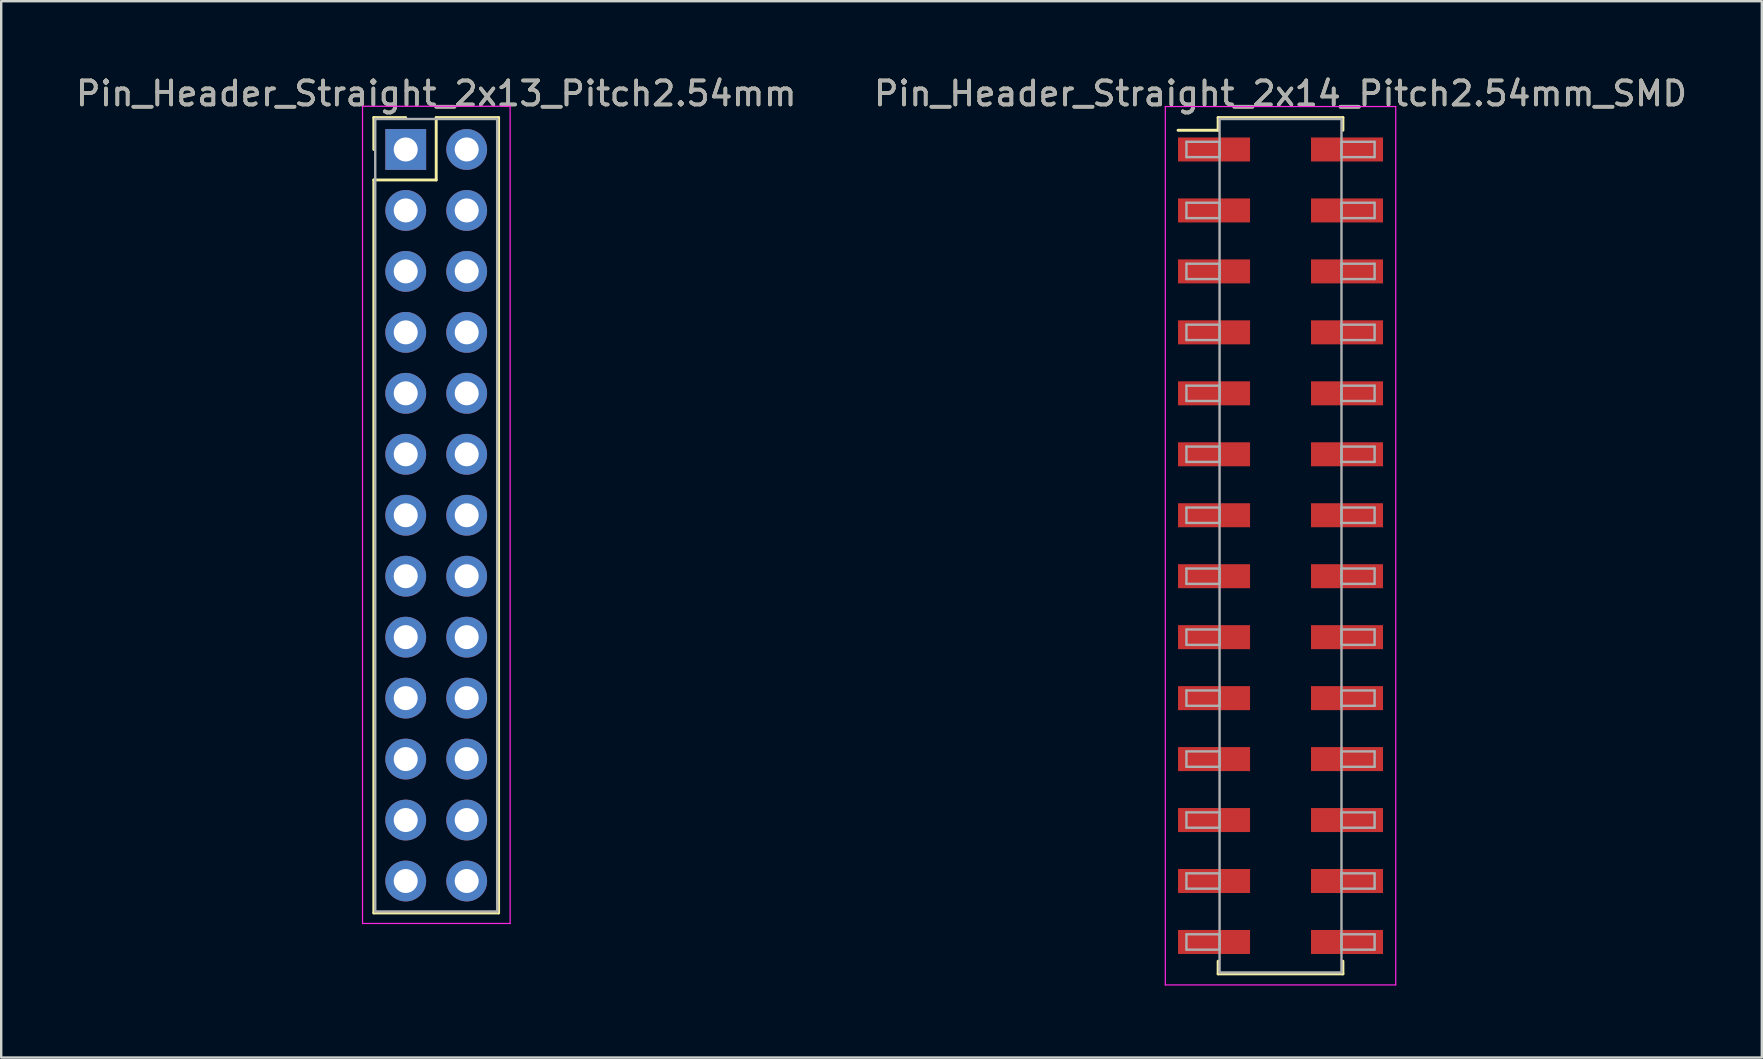
<source format=kicad_pcb>
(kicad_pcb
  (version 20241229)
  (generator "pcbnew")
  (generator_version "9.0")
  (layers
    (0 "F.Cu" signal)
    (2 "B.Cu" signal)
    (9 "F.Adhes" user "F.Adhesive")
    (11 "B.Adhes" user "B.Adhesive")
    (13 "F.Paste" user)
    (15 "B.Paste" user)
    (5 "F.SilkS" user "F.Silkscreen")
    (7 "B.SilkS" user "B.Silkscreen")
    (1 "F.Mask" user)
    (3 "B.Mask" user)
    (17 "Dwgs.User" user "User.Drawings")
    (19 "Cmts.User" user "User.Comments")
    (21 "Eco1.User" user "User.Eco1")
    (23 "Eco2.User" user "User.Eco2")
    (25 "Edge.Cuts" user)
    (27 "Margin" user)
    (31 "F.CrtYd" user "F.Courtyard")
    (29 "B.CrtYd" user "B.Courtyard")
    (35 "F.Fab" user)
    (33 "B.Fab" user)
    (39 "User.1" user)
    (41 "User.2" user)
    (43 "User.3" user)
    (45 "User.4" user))
  (footprint "Pin_Header_Straight_2x13_Pitch2.54mm"
    (layer "F.Cu")
    (at 13.855 3.178)
    (property "Reference" "Pin_Header_Straight_2x13_Pitch2.54mm" (at 1.27 -2.33 0) (layer "F.SilkS") (effects (font (size 1 1) (thickness 0.15))))
    (attr through_hole)
    (fp_line (start -1.33 -1.33) (end 0 -1.33) (stroke (width 0.12) (type solid)) (layer "F.SilkS"))
    (fp_line (start -1.33 0) (end -1.33 -1.33) (stroke (width 0.12) (type solid)) (layer "F.SilkS"))
    (fp_line (start -1.33 1.27) (end -1.33 31.81) (stroke (width 0.12) (type solid)) (layer "F.SilkS"))
    (fp_line (start -1.33 31.81) (end 3.87 31.81) (stroke (width 0.12) (type solid)) (layer "F.SilkS"))
    (fp_line (start 1.27 -1.33) (end 1.27 1.27) (stroke (width 0.12) (type solid)) (layer "F.SilkS"))
    (fp_line (start 1.27 1.27) (end -1.33 1.27) (stroke (width 0.12) (type solid)) (layer "F.SilkS"))
    (fp_line (start 3.87 -1.33) (end 1.27 -1.33) (stroke (width 0.12) (type solid)) (layer "F.SilkS"))
    (fp_line (start 3.87 31.81) (end 3.87 -1.33) (stroke (width 0.12) (type solid)) (layer "F.SilkS"))
    (fp_line (start -1.8 -1.8) (end -1.8 32.25) (stroke (width 0.05) (type solid)) (layer "F.CrtYd"))
    (fp_line (start -1.8 32.25) (end 4.35 32.25) (stroke (width 0.05) (type solid)) (layer "F.CrtYd"))
    (fp_line (start 4.35 -1.8) (end -1.8 -1.8) (stroke (width 0.05) (type solid)) (layer "F.CrtYd"))
    (fp_line (start 4.35 32.25) (end 4.35 -1.8) (stroke (width 0.05) (type solid)) (layer "F.CrtYd"))
    (fp_line (start -1.27 -1.27) (end -1.27 31.75) (stroke (width 0.1) (type solid)) (layer "F.Fab"))
    (fp_line (start -1.27 31.75) (end 3.81 31.75) (stroke (width 0.1) (type solid)) (layer "F.Fab"))
    (fp_line (start 3.81 -1.27) (end -1.27 -1.27) (stroke (width 0.1) (type solid)) (layer "F.Fab"))
    (fp_line (start 3.81 31.75) (end 3.81 -1.27) (stroke (width 0.1) (type solid)) (layer "F.Fab"))
    (fp_text user "${REFERENCE}" (at 1.27 -2.33 0) (layer "F.Fab") (effects (font (size 1 1) (thickness 0.15))))
    (pad "1" thru_hole rect (at 0 0) (size 1.7 1.7) (drill 1) (layers "*.Cu" "*.Mask"))
    (pad "2" thru_hole oval (at 2.54 0) (size 1.7 1.7) (drill 1) (layers "*.Cu" "*.Mask"))
    (pad "3" thru_hole oval (at 0 2.54) (size 1.7 1.7) (drill 1) (layers "*.Cu" "*.Mask"))
    (pad "4" thru_hole oval (at 2.54 2.54) (size 1.7 1.7) (drill 1) (layers "*.Cu" "*.Mask"))
    (pad "5" thru_hole oval (at 0 5.08) (size 1.7 1.7) (drill 1) (layers "*.Cu" "*.Mask"))
    (pad "6" thru_hole oval (at 2.54 5.08) (size 1.7 1.7) (drill 1) (layers "*.Cu" "*.Mask"))
    (pad "7" thru_hole oval (at 0 7.62) (size 1.7 1.7) (drill 1) (layers "*.Cu" "*.Mask"))
    (pad "8" thru_hole oval (at 2.54 7.62) (size 1.7 1.7) (drill 1) (layers "*.Cu" "*.Mask"))
    (pad "9" thru_hole oval (at 0 10.16) (size 1.7 1.7) (drill 1) (layers "*.Cu" "*.Mask"))
    (pad "10" thru_hole oval (at 2.54 10.16) (size 1.7 1.7) (drill 1) (layers "*.Cu" "*.Mask"))
    (pad "11" thru_hole oval (at 0 12.7) (size 1.7 1.7) (drill 1) (layers "*.Cu" "*.Mask"))
    (pad "12" thru_hole oval (at 2.54 12.7) (size 1.7 1.7) (drill 1) (layers "*.Cu" "*.Mask"))
    (pad "13" thru_hole oval (at 0 15.24) (size 1.7 1.7) (drill 1) (layers "*.Cu" "*.Mask"))
    (pad "14" thru_hole oval (at 2.54 15.24) (size 1.7 1.7) (drill 1) (layers "*.Cu" "*.Mask"))
    (pad "15" thru_hole oval (at 0 17.78) (size 1.7 1.7) (drill 1) (layers "*.Cu" "*.Mask"))
    (pad "16" thru_hole oval (at 2.54 17.78) (size 1.7 1.7) (drill 1) (layers "*.Cu" "*.Mask"))
    (pad "17" thru_hole oval (at 0 20.32) (size 1.7 1.7) (drill 1) (layers "*.Cu" "*.Mask"))
    (pad "18" thru_hole oval (at 2.54 20.32) (size 1.7 1.7) (drill 1) (layers "*.Cu" "*.Mask"))
    (pad "19" thru_hole oval (at 0 22.86) (size 1.7 1.7) (drill 1) (layers "*.Cu" "*.Mask"))
    (pad "20" thru_hole oval (at 2.54 22.86) (size 1.7 1.7) (drill 1) (layers "*.Cu" "*.Mask"))
    (pad "21" thru_hole oval (at 0 25.4) (size 1.7 1.7) (drill 1) (layers "*.Cu" "*.Mask"))
    (pad "22" thru_hole oval (at 2.54 25.4) (size 1.7 1.7) (drill 1) (layers "*.Cu" "*.Mask"))
    (pad "23" thru_hole oval (at 0 27.94) (size 1.7 1.7) (drill 1) (layers "*.Cu" "*.Mask"))
    (pad "24" thru_hole oval (at 2.54 27.94) (size 1.7 1.7) (drill 1) (layers "*.Cu" "*.Mask"))
    (pad "25" thru_hole oval (at 0 30.48) (size 1.7 1.7) (drill 1) (layers "*.Cu" "*.Mask"))
    (pad "26" thru_hole oval (at 2.54 30.48) (size 1.7 1.7) (drill 1) (layers "*.Cu" "*.Mask")))
  (footprint "Pin_Header_Straight_2x14_Pitch2.54mm_SMD"
    (layer "F.Cu")
    (at 50.304 19.688)
    (property "Reference" "Pin_Header_Straight_2x14_Pitch2.54mm_SMD" (at 0 -18.84 0) (layer "F.SilkS") (effects (font (size 1 1) (thickness 0.15))))
    (attr smd)
    (fp_line (start -4.27 -17.31) (end -2.6 -17.31) (stroke (width 0.12) (type solid)) (layer "F.SilkS"))
    (fp_line (start -2.6 -17.84) (end 2.6 -17.84) (stroke (width 0.12) (type solid)) (layer "F.SilkS"))
    (fp_line (start -2.6 -17.31) (end -2.6 -17.84) (stroke (width 0.12) (type solid)) (layer "F.SilkS"))
    (fp_line (start -2.6 17.31) (end -2.6 17.84) (stroke (width 0.12) (type solid)) (layer "F.SilkS"))
    (fp_line (start -2.6 17.84) (end 2.6 17.84) (stroke (width 0.12) (type solid)) (layer "F.SilkS"))
    (fp_line (start 2.6 -17.84) (end 2.6 -17.31) (stroke (width 0.12) (type solid)) (layer "F.SilkS"))
    (fp_line (start 2.6 17.84) (end 2.6 17.31) (stroke (width 0.12) (type solid)) (layer "F.SilkS"))
    (fp_line (start -4.8 -18.3) (end -4.8 18.3) (stroke (width 0.05) (type solid)) (layer "F.CrtYd"))
    (fp_line (start -4.8 18.3) (end 4.8 18.3) (stroke (width 0.05) (type solid)) (layer "F.CrtYd"))
    (fp_line (start 4.8 -18.3) (end -4.8 -18.3) (stroke (width 0.05) (type solid)) (layer "F.CrtYd"))
    (fp_line (start 4.8 18.3) (end 4.8 -18.3) (stroke (width 0.05) (type solid)) (layer "F.CrtYd"))
    (fp_line (start -3.92 -16.83) (end -2.54 -16.83) (stroke (width 0.1) (type solid)) (layer "F.Fab"))
    (fp_line (start -3.92 -16.19) (end -3.92 -16.83) (stroke (width 0.1) (type solid)) (layer "F.Fab"))
    (fp_line (start -3.92 -14.29) (end -2.54 -14.29) (stroke (width 0.1) (type solid)) (layer "F.Fab"))
    (fp_line (start -3.92 -13.65) (end -3.92 -14.29) (stroke (width 0.1) (type solid)) (layer "F.Fab"))
    (fp_line (start -3.92 -11.75) (end -2.54 -11.75) (stroke (width 0.1) (type solid)) (layer "F.Fab"))
    (fp_line (start -3.92 -11.11) (end -3.92 -11.75) (stroke (width 0.1) (type solid)) (layer "F.Fab"))
    (fp_line (start -3.92 -9.21) (end -2.54 -9.21) (stroke (width 0.1) (type solid)) (layer "F.Fab"))
    (fp_line (start -3.92 -8.57) (end -3.92 -9.21) (stroke (width 0.1) (type solid)) (layer "F.Fab"))
    (fp_line (start -3.92 -6.67) (end -2.54 -6.67) (stroke (width 0.1) (type solid)) (layer "F.Fab"))
    (fp_line (start -3.92 -6.03) (end -3.92 -6.67) (stroke (width 0.1) (type solid)) (layer "F.Fab"))
    (fp_line (start -3.92 -4.13) (end -2.54 -4.13) (stroke (width 0.1) (type solid)) (layer "F.Fab"))
    (fp_line (start -3.92 -3.49) (end -3.92 -4.13) (stroke (width 0.1) (type solid)) (layer "F.Fab"))
    (fp_line (start -3.92 -1.59) (end -2.54 -1.59) (stroke (width 0.1) (type solid)) (layer "F.Fab"))
    (fp_line (start -3.92 -0.95) (end -3.92 -1.59) (stroke (width 0.1) (type solid)) (layer "F.Fab"))
    (fp_line (start -3.92 0.95) (end -2.54 0.95) (stroke (width 0.1) (type solid)) (layer "F.Fab"))
    (fp_line (start -3.92 1.59) (end -3.92 0.95) (stroke (width 0.1) (type solid)) (layer "F.Fab"))
    (fp_line (start -3.92 3.49) (end -2.54 3.49) (stroke (width 0.1) (type solid)) (layer "F.Fab"))
    (fp_line (start -3.92 4.13) (end -3.92 3.49) (stroke (width 0.1) (type solid)) (layer "F.Fab"))
    (fp_line (start -3.92 6.03) (end -2.54 6.03) (stroke (width 0.1) (type solid)) (layer "F.Fab"))
    (fp_line (start -3.92 6.67) (end -3.92 6.03) (stroke (width 0.1) (type solid)) (layer "F.Fab"))
    (fp_line (start -3.92 8.57) (end -2.54 8.57) (stroke (width 0.1) (type solid)) (layer "F.Fab"))
    (fp_line (start -3.92 9.21) (end -3.92 8.57) (stroke (width 0.1) (type solid)) (layer "F.Fab"))
    (fp_line (start -3.92 11.11) (end -2.54 11.11) (stroke (width 0.1) (type solid)) (layer "F.Fab"))
    (fp_line (start -3.92 11.75) (end -3.92 11.11) (stroke (width 0.1) (type solid)) (layer "F.Fab"))
    (fp_line (start -3.92 13.65) (end -2.54 13.65) (stroke (width 0.1) (type solid)) (layer "F.Fab"))
    (fp_line (start -3.92 14.29) (end -3.92 13.65) (stroke (width 0.1) (type solid)) (layer "F.Fab"))
    (fp_line (start -3.92 16.19) (end -2.54 16.19) (stroke (width 0.1) (type solid)) (layer "F.Fab"))
    (fp_line (start -3.92 16.83) (end -3.92 16.19) (stroke (width 0.1) (type solid)) (layer "F.Fab"))
    (fp_line (start -2.54 -17.78) (end -2.54 17.78) (stroke (width 0.1) (type solid)) (layer "F.Fab"))
    (fp_line (start -2.54 -16.83) (end -2.54 -16.19) (stroke (width 0.1) (type solid)) (layer "F.Fab"))
    (fp_line (start -2.54 -16.19) (end -3.92 -16.19) (stroke (width 0.1) (type solid)) (layer "F.Fab"))
    (fp_line (start -2.54 -14.29) (end -2.54 -13.65) (stroke (width 0.1) (type solid)) (layer "F.Fab"))
    (fp_line (start -2.54 -13.65) (end -3.92 -13.65) (stroke (width 0.1) (type solid)) (layer "F.Fab"))
    (fp_line (start -2.54 -11.75) (end -2.54 -11.11) (stroke (width 0.1) (type solid)) (layer "F.Fab"))
    (fp_line (start -2.54 -11.11) (end -3.92 -11.11) (stroke (width 0.1) (type solid)) (layer "F.Fab"))
    (fp_line (start -2.54 -9.21) (end -2.54 -8.57) (stroke (width 0.1) (type solid)) (layer "F.Fab"))
    (fp_line (start -2.54 -8.57) (end -3.92 -8.57) (stroke (width 0.1) (type solid)) (layer "F.Fab"))
    (fp_line (start -2.54 -6.67) (end -2.54 -6.03) (stroke (width 0.1) (type solid)) (layer "F.Fab"))
    (fp_line (start -2.54 -6.03) (end -3.92 -6.03) (stroke (width 0.1) (type solid)) (layer "F.Fab"))
    (fp_line (start -2.54 -4.13) (end -2.54 -3.49) (stroke (width 0.1) (type solid)) (layer "F.Fab"))
    (fp_line (start -2.54 -3.49) (end -3.92 -3.49) (stroke (width 0.1) (type solid)) (layer "F.Fab"))
    (fp_line (start -2.54 -1.59) (end -2.54 -0.95) (stroke (width 0.1) (type solid)) (layer "F.Fab"))
    (fp_line (start -2.54 -0.95) (end -3.92 -0.95) (stroke (width 0.1) (type solid)) (layer "F.Fab"))
    (fp_line (start -2.54 0.95) (end -2.54 1.59) (stroke (width 0.1) (type solid)) (layer "F.Fab"))
    (fp_line (start -2.54 1.59) (end -3.92 1.59) (stroke (width 0.1) (type solid)) (layer "F.Fab"))
    (fp_line (start -2.54 3.49) (end -2.54 4.13) (stroke (width 0.1) (type solid)) (layer "F.Fab"))
    (fp_line (start -2.54 4.13) (end -3.92 4.13) (stroke (width 0.1) (type solid)) (layer "F.Fab"))
    (fp_line (start -2.54 6.03) (end -2.54 6.67) (stroke (width 0.1) (type solid)) (layer "F.Fab"))
    (fp_line (start -2.54 6.67) (end -3.92 6.67) (stroke (width 0.1) (type solid)) (layer "F.Fab"))
    (fp_line (start -2.54 8.57) (end -2.54 9.21) (stroke (width 0.1) (type solid)) (layer "F.Fab"))
    (fp_line (start -2.54 9.21) (end -3.92 9.21) (stroke (width 0.1) (type solid)) (layer "F.Fab"))
    (fp_line (start -2.54 11.11) (end -2.54 11.75) (stroke (width 0.1) (type solid)) (layer "F.Fab"))
    (fp_line (start -2.54 11.75) (end -3.92 11.75) (stroke (width 0.1) (type solid)) (layer "F.Fab"))
    (fp_line (start -2.54 13.65) (end -2.54 14.29) (stroke (width 0.1) (type solid)) (layer "F.Fab"))
    (fp_line (start -2.54 14.29) (end -3.92 14.29) (stroke (width 0.1) (type solid)) (layer "F.Fab"))
    (fp_line (start -2.54 16.19) (end -2.54 16.83) (stroke (width 0.1) (type solid)) (layer "F.Fab"))
    (fp_line (start -2.54 16.83) (end -3.92 16.83) (stroke (width 0.1) (type solid)) (layer "F.Fab"))
    (fp_line (start -2.54 17.78) (end 2.54 17.78) (stroke (width 0.1) (type solid)) (layer "F.Fab"))
    (fp_line (start 2.54 -17.78) (end -2.54 -17.78) (stroke (width 0.1) (type solid)) (layer "F.Fab"))
    (fp_line (start 2.54 -16.83) (end 2.54 -16.19) (stroke (width 0.1) (type solid)) (layer "F.Fab"))
    (fp_line (start 2.54 -16.19) (end 3.92 -16.19) (stroke (width 0.1) (type solid)) (layer "F.Fab"))
    (fp_line (start 2.54 -14.29) (end 2.54 -13.65) (stroke (width 0.1) (type solid)) (layer "F.Fab"))
    (fp_line (start 2.54 -13.65) (end 3.92 -13.65) (stroke (width 0.1) (type solid)) (layer "F.Fab"))
    (fp_line (start 2.54 -11.75) (end 2.54 -11.11) (stroke (width 0.1) (type solid)) (layer "F.Fab"))
    (fp_line (start 2.54 -11.11) (end 3.92 -11.11) (stroke (width 0.1) (type solid)) (layer "F.Fab"))
    (fp_line (start 2.54 -9.21) (end 2.54 -8.57) (stroke (width 0.1) (type solid)) (layer "F.Fab"))
    (fp_line (start 2.54 -8.57) (end 3.92 -8.57) (stroke (width 0.1) (type solid)) (layer "F.Fab"))
    (fp_line (start 2.54 -6.67) (end 2.54 -6.03) (stroke (width 0.1) (type solid)) (layer "F.Fab"))
    (fp_line (start 2.54 -6.03) (end 3.92 -6.03) (stroke (width 0.1) (type solid)) (layer "F.Fab"))
    (fp_line (start 2.54 -4.13) (end 2.54 -3.49) (stroke (width 0.1) (type solid)) (layer "F.Fab"))
    (fp_line (start 2.54 -3.49) (end 3.92 -3.49) (stroke (width 0.1) (type solid)) (layer "F.Fab"))
    (fp_line (start 2.54 -1.59) (end 2.54 -0.95) (stroke (width 0.1) (type solid)) (layer "F.Fab"))
    (fp_line (start 2.54 -0.95) (end 3.92 -0.95) (stroke (width 0.1) (type solid)) (layer "F.Fab"))
    (fp_line (start 2.54 0.95) (end 2.54 1.59) (stroke (width 0.1) (type solid)) (layer "F.Fab"))
    (fp_line (start 2.54 1.59) (end 3.92 1.59) (stroke (width 0.1) (type solid)) (layer "F.Fab"))
    (fp_line (start 2.54 3.49) (end 2.54 4.13) (stroke (width 0.1) (type solid)) (layer "F.Fab"))
    (fp_line (start 2.54 4.13) (end 3.92 4.13) (stroke (width 0.1) (type solid)) (layer "F.Fab"))
    (fp_line (start 2.54 6.03) (end 2.54 6.67) (stroke (width 0.1) (type solid)) (layer "F.Fab"))
    (fp_line (start 2.54 6.67) (end 3.92 6.67) (stroke (width 0.1) (type solid)) (layer "F.Fab"))
    (fp_line (start 2.54 8.57) (end 2.54 9.21) (stroke (width 0.1) (type solid)) (layer "F.Fab"))
    (fp_line (start 2.54 9.21) (end 3.92 9.21) (stroke (width 0.1) (type solid)) (layer "F.Fab"))
    (fp_line (start 2.54 11.11) (end 2.54 11.75) (stroke (width 0.1) (type solid)) (layer "F.Fab"))
    (fp_line (start 2.54 11.75) (end 3.92 11.75) (stroke (width 0.1) (type solid)) (layer "F.Fab"))
    (fp_line (start 2.54 13.65) (end 2.54 14.29) (stroke (width 0.1) (type solid)) (layer "F.Fab"))
    (fp_line (start 2.54 14.29) (end 3.92 14.29) (stroke (width 0.1) (type solid)) (layer "F.Fab"))
    (fp_line (start 2.54 16.19) (end 2.54 16.83) (stroke (width 0.1) (type solid)) (layer "F.Fab"))
    (fp_line (start 2.54 16.83) (end 3.92 16.83) (stroke (width 0.1) (type solid)) (layer "F.Fab"))
    (fp_line (start 2.54 17.78) (end 2.54 -17.78) (stroke (width 0.1) (type solid)) (layer "F.Fab"))
    (fp_line (start 3.92 -16.83) (end 2.54 -16.83) (stroke (width 0.1) (type solid)) (layer "F.Fab"))
    (fp_line (start 3.92 -16.19) (end 3.92 -16.83) (stroke (width 0.1) (type solid)) (layer "F.Fab"))
    (fp_line (start 3.92 -14.29) (end 2.54 -14.29) (stroke (width 0.1) (type solid)) (layer "F.Fab"))
    (fp_line (start 3.92 -13.65) (end 3.92 -14.29) (stroke (width 0.1) (type solid)) (layer "F.Fab"))
    (fp_line (start 3.92 -11.75) (end 2.54 -11.75) (stroke (width 0.1) (type solid)) (layer "F.Fab"))
    (fp_line (start 3.92 -11.11) (end 3.92 -11.75) (stroke (width 0.1) (type solid)) (layer "F.Fab"))
    (fp_line (start 3.92 -9.21) (end 2.54 -9.21) (stroke (width 0.1) (type solid)) (layer "F.Fab"))
    (fp_line (start 3.92 -8.57) (end 3.92 -9.21) (stroke (width 0.1) (type solid)) (layer "F.Fab"))
    (fp_line (start 3.92 -6.67) (end 2.54 -6.67) (stroke (width 0.1) (type solid)) (layer "F.Fab"))
    (fp_line (start 3.92 -6.03) (end 3.92 -6.67) (stroke (width 0.1) (type solid)) (layer "F.Fab"))
    (fp_line (start 3.92 -4.13) (end 2.54 -4.13) (stroke (width 0.1) (type solid)) (layer "F.Fab"))
    (fp_line (start 3.92 -3.49) (end 3.92 -4.13) (stroke (width 0.1) (type solid)) (layer "F.Fab"))
    (fp_line (start 3.92 -1.59) (end 2.54 -1.59) (stroke (width 0.1) (type solid)) (layer "F.Fab"))
    (fp_line (start 3.92 -0.95) (end 3.92 -1.59) (stroke (width 0.1) (type solid)) (layer "F.Fab"))
    (fp_line (start 3.92 0.95) (end 2.54 0.95) (stroke (width 0.1) (type solid)) (layer "F.Fab"))
    (fp_line (start 3.92 1.59) (end 3.92 0.95) (stroke (width 0.1) (type solid)) (layer "F.Fab"))
    (fp_line (start 3.92 3.49) (end 2.54 3.49) (stroke (width 0.1) (type solid)) (layer "F.Fab"))
    (fp_line (start 3.92 4.13) (end 3.92 3.49) (stroke (width 0.1) (type solid)) (layer "F.Fab"))
    (fp_line (start 3.92 6.03) (end 2.54 6.03) (stroke (width 0.1) (type solid)) (layer "F.Fab"))
    (fp_line (start 3.92 6.67) (end 3.92 6.03) (stroke (width 0.1) (type solid)) (layer "F.Fab"))
    (fp_line (start 3.92 8.57) (end 2.54 8.57) (stroke (width 0.1) (type solid)) (layer "F.Fab"))
    (fp_line (start 3.92 9.21) (end 3.92 8.57) (stroke (width 0.1) (type solid)) (layer "F.Fab"))
    (fp_line (start 3.92 11.11) (end 2.54 11.11) (stroke (width 0.1) (type solid)) (layer "F.Fab"))
    (fp_line (start 3.92 11.75) (end 3.92 11.11) (stroke (width 0.1) (type solid)) (layer "F.Fab"))
    (fp_line (start 3.92 13.65) (end 2.54 13.65) (stroke (width 0.1) (type solid)) (layer "F.Fab"))
    (fp_line (start 3.92 14.29) (end 3.92 13.65) (stroke (width 0.1) (type solid)) (layer "F.Fab"))
    (fp_line (start 3.92 16.19) (end 2.54 16.19) (stroke (width 0.1) (type solid)) (layer "F.Fab"))
    (fp_line (start 3.92 16.83) (end 3.92 16.19) (stroke (width 0.1) (type solid)) (layer "F.Fab"))
    (fp_text user "${REFERENCE}" (at 0 -18.84 0) (layer "F.Fab") (effects (font (size 1 1) (thickness 0.15))))
    (pad "1" smd rect (at -2.77 -16.51) (size 3 1) (layers "F.Cu" "F.Mask" "F.Paste"))
    (pad "2" smd rect (at 2.77 -16.51) (size 3 1) (layers "F.Cu" "F.Mask" "F.Paste"))
    (pad "3" smd rect (at -2.77 -13.97) (size 3 1) (layers "F.Cu" "F.Mask" "F.Paste"))
    (pad "4" smd rect (at 2.77 -13.97) (size 3 1) (layers "F.Cu" "F.Mask" "F.Paste"))
    (pad "5" smd rect (at -2.77 -11.43) (size 3 1) (layers "F.Cu" "F.Mask" "F.Paste"))
    (pad "6" smd rect (at 2.77 -11.43) (size 3 1) (layers "F.Cu" "F.Mask" "F.Paste"))
    (pad "7" smd rect (at -2.77 -8.89) (size 3 1) (layers "F.Cu" "F.Mask" "F.Paste"))
    (pad "8" smd rect (at 2.77 -8.89) (size 3 1) (layers "F.Cu" "F.Mask" "F.Paste"))
    (pad "9" smd rect (at -2.77 -6.35) (size 3 1) (layers "F.Cu" "F.Mask" "F.Paste"))
    (pad "10" smd rect (at 2.77 -6.35) (size 3 1) (layers "F.Cu" "F.Mask" "F.Paste"))
    (pad "11" smd rect (at -2.77 -3.81) (size 3 1) (layers "F.Cu" "F.Mask" "F.Paste"))
    (pad "12" smd rect (at 2.77 -3.81) (size 3 1) (layers "F.Cu" "F.Mask" "F.Paste"))
    (pad "13" smd rect (at -2.77 -1.27) (size 3 1) (layers "F.Cu" "F.Mask" "F.Paste"))
    (pad "14" smd rect (at 2.77 -1.27) (size 3 1) (layers "F.Cu" "F.Mask" "F.Paste"))
    (pad "15" smd rect (at -2.77 1.27) (size 3 1) (layers "F.Cu" "F.Mask" "F.Paste"))
    (pad "16" smd rect (at 2.77 1.27) (size 3 1) (layers "F.Cu" "F.Mask" "F.Paste"))
    (pad "17" smd rect (at -2.77 3.81) (size 3 1) (layers "F.Cu" "F.Mask" "F.Paste"))
    (pad "18" smd rect (at 2.77 3.81) (size 3 1) (layers "F.Cu" "F.Mask" "F.Paste"))
    (pad "19" smd rect (at -2.77 6.35) (size 3 1) (layers "F.Cu" "F.Mask" "F.Paste"))
    (pad "20" smd rect (at 2.77 6.35) (size 3 1) (layers "F.Cu" "F.Mask" "F.Paste"))
    (pad "21" smd rect (at -2.77 8.89) (size 3 1) (layers "F.Cu" "F.Mask" "F.Paste"))
    (pad "22" smd rect (at 2.77 8.89) (size 3 1) (layers "F.Cu" "F.Mask" "F.Paste"))
    (pad "23" smd rect (at -2.77 11.43) (size 3 1) (layers "F.Cu" "F.Mask" "F.Paste"))
    (pad "24" smd rect (at 2.77 11.43) (size 3 1) (layers "F.Cu" "F.Mask" "F.Paste"))
    (pad "25" smd rect (at -2.77 13.97) (size 3 1) (layers "F.Cu" "F.Mask" "F.Paste"))
    (pad "26" smd rect (at 2.77 13.97) (size 3 1) (layers "F.Cu" "F.Mask" "F.Paste"))
    (pad "27" smd rect (at -2.77 16.51) (size 3 1) (layers "F.Cu" "F.Mask" "F.Paste"))
    (pad "28" smd rect (at 2.77 16.51) (size 3 1) (layers "F.Cu" "F.Mask" "F.Paste")))
  (gr_rect
    (start -3 -3)
    (end 70.357 41.013)
    (stroke (width 0.1) (type default))
    (fill no)
    (layer "Edge.Cuts")))
</source>
